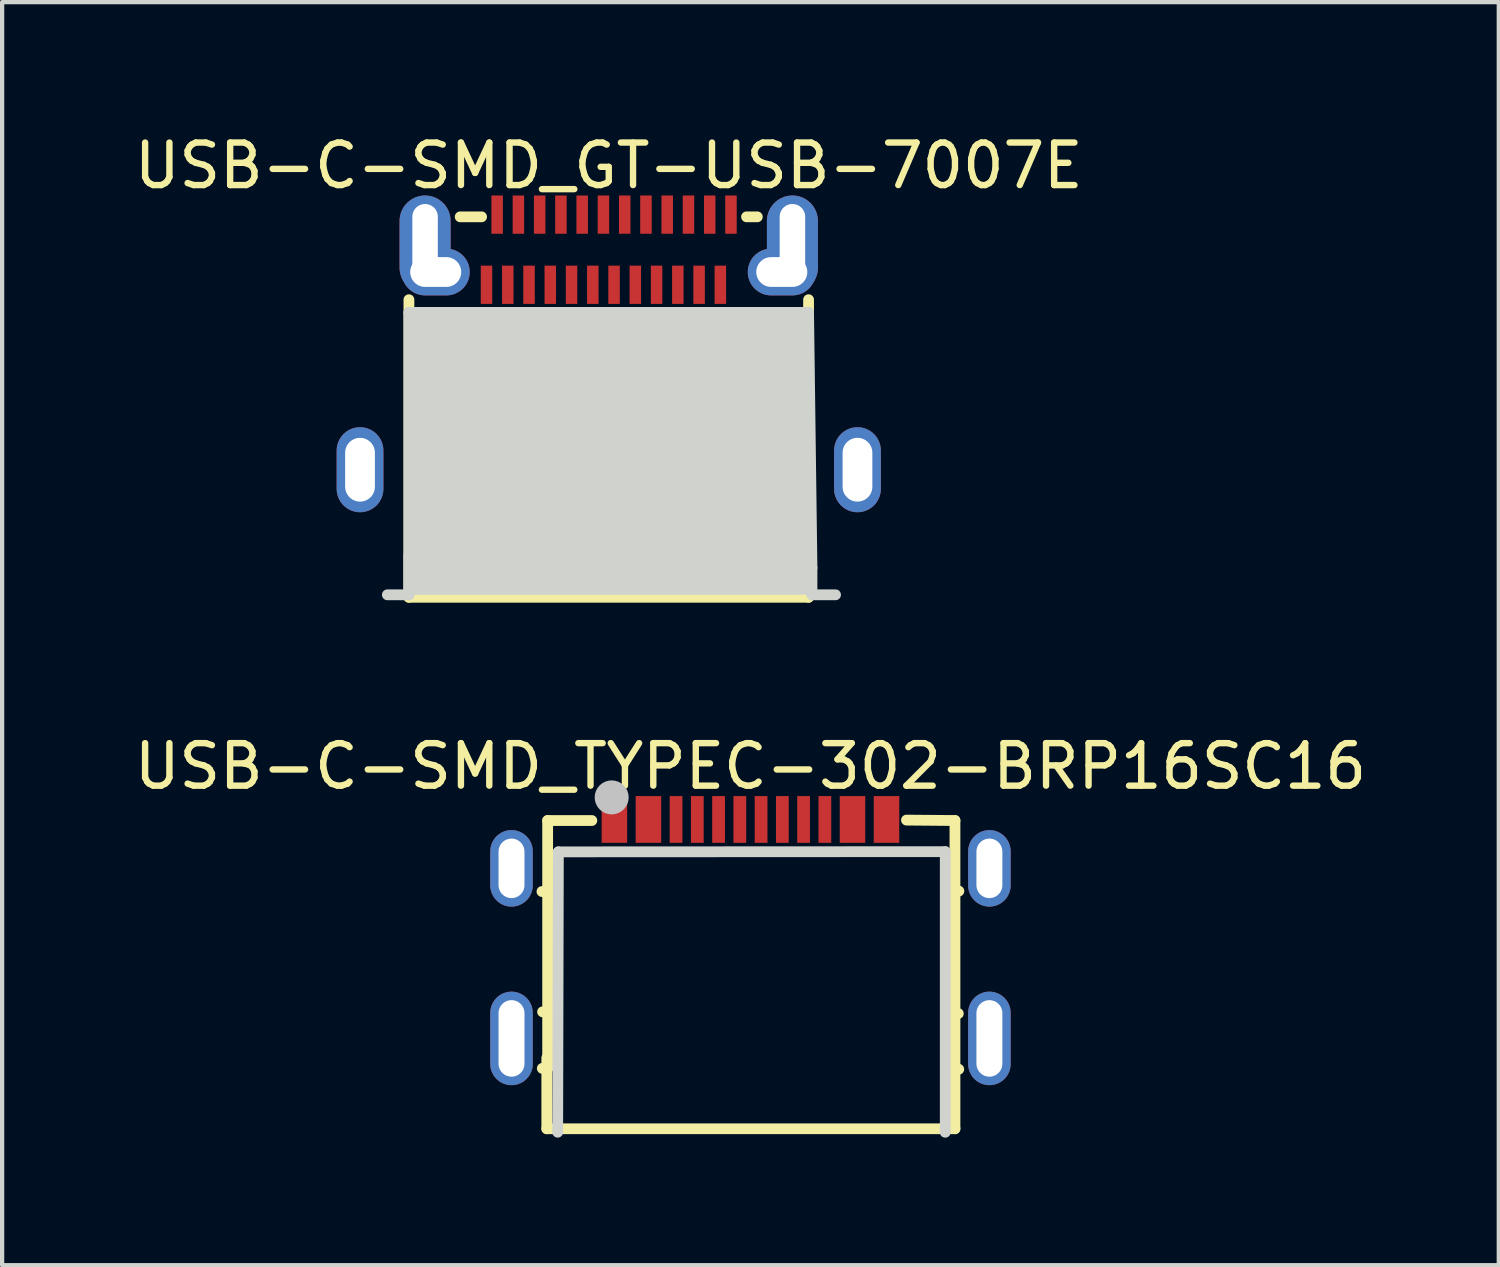
<source format=kicad_pcb>
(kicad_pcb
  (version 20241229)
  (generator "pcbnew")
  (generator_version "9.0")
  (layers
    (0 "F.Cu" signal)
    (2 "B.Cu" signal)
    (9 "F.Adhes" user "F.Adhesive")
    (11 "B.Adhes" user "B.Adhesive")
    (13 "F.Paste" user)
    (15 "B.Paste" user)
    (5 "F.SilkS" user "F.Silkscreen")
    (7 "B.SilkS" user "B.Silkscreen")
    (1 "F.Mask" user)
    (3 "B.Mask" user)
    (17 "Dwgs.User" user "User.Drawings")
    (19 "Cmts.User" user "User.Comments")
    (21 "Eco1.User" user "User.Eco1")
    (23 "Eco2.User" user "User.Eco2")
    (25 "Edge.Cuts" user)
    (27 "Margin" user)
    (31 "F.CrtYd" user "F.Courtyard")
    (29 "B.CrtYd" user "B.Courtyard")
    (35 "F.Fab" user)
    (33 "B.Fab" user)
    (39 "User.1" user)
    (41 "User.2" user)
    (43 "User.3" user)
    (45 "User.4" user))
  (footprint "USB-C-SMD_TYPEC-302-BRP16SC16"
    (layer "F.Cu")
    (at 14.601 18.799)
    (property "Reference" "USB-C-SMD_TYPEC-302-BRP16SC16" (at 0 -3.825 0) (layer "F.SilkS") (effects (font (size 1 1) (thickness 0.15))))
    (fp_line (start -4.904 -0.88) (end -4.77 -0.88) (stroke (width 0.254) (type default)) (layer "F.SilkS"))
    (fp_line (start -4.79 4.7) (end -4.79 3.034) (stroke (width 0.254) (type default)) (layer "F.SilkS"))
    (fp_line (start -4.77 -2.55) (end -3.731 -2.55) (stroke (width 0.254) (type default)) (layer "F.SilkS"))
    (fp_line (start -4.77 -0.88) (end -4.77 -2.55) (stroke (width 0.254) (type default)) (layer "F.SilkS"))
    (fp_line (start -4.77 -0.88) (end -4.77 1.95) (stroke (width 0.254) (type default)) (layer "F.SilkS"))
    (fp_line (start -4.77 1.95) (end -4.889 1.95) (stroke (width 0.254) (type default)) (layer "F.SilkS"))
    (fp_line (start -4.77 1.95) (end -4.77 3.28) (stroke (width 0.254) (type default)) (layer "F.SilkS"))
    (fp_line (start -4.77 3.28) (end -4.896 3.28) (stroke (width 0.254) (type default)) (layer "F.SilkS"))
    (fp_line (start 3.67 -2.56) (end 4.81 -2.55) (stroke (width 0.254) (type default)) (layer "F.SilkS"))
    (fp_line (start 4.556 4.7) (end -4.79 4.7) (stroke (width 0.254) (type default)) (layer "F.SilkS"))
    (fp_line (start 4.81 -2.55) (end 4.81 -0.89) (stroke (width 0.254) (type default)) (layer "F.SilkS"))
    (fp_line (start 4.81 -0.89) (end 4.81 1.99) (stroke (width 0.254) (type default)) (layer "F.SilkS"))
    (fp_line (start 4.81 -0.89) (end 4.902 -0.89) (stroke (width 0.254) (type default)) (layer "F.SilkS"))
    (fp_line (start 4.81 1.99) (end 4.81 3.3) (stroke (width 0.254) (type default)) (layer "F.SilkS"))
    (fp_line (start 4.81 1.99) (end 4.889 1.99) (stroke (width 0.254) (type default)) (layer "F.SilkS"))
    (fp_line (start 4.81 3.3) (end 4.81 4.7) (stroke (width 0.254) (type default)) (layer "F.SilkS"))
    (fp_line (start 4.81 3.3) (end 4.899 3.3) (stroke (width 0.254) (type default)) (layer "F.SilkS"))
    (fp_line (start 4.81 4.7) (end 4.5 4.7) (stroke (width 0.254) (type default)) (layer "F.SilkS"))
    (fp_poly (pts (xy -3.5 -3.126) (xy -2.9 -3.126) (xy -2.9 -2.026) (xy -3.5 -2.026)) (stroke (width 0) (type default)) (fill yes) (layer "F.Paste"))
    (fp_poly (pts (xy -2.7 -3.126) (xy -2.1 -3.126) (xy -2.1 -2.026) (xy -2.7 -2.026)) (stroke (width 0) (type default)) (fill yes) (layer "F.Paste"))
    (fp_poly (pts (xy -1.9 -3.126) (xy -1.6 -3.126) (xy -1.6 -2.026) (xy -1.9 -2.026)) (stroke (width 0) (type default)) (fill yes) (layer "F.Paste"))
    (fp_poly (pts (xy -1.4 -3.126) (xy -1.1 -3.126) (xy -1.1 -2.026) (xy -1.4 -2.026)) (stroke (width 0) (type default)) (fill yes) (layer "F.Paste"))
    (fp_poly (pts (xy -0.9 -3.126) (xy -0.6 -3.126) (xy -0.6 -2.026) (xy -0.9 -2.026)) (stroke (width 0) (type default)) (fill yes) (layer "F.Paste"))
    (fp_poly (pts (xy -0.4 -3.126) (xy -0.1 -3.126) (xy -0.1 -2.026) (xy -0.4 -2.026)) (stroke (width 0) (type default)) (fill yes) (layer "F.Paste"))
    (fp_poly (pts (xy 0.1 -3.126) (xy 0.4 -3.126) (xy 0.4 -2.026) (xy 0.1 -2.026)) (stroke (width 0) (type default)) (fill yes) (layer "F.Paste"))
    (fp_poly (pts (xy 0.6 -3.126) (xy 0.9 -3.126) (xy 0.9 -2.026) (xy 0.6 -2.026)) (stroke (width 0) (type default)) (fill yes) (layer "F.Paste"))
    (fp_poly (pts (xy 1.1 -3.126) (xy 1.4 -3.126) (xy 1.4 -2.026) (xy 1.1 -2.026)) (stroke (width 0) (type default)) (fill yes) (layer "F.Paste"))
    (fp_poly (pts (xy 1.6 -3.126) (xy 1.9 -3.126) (xy 1.9 -2.026) (xy 1.6 -2.026)) (stroke (width 0) (type default)) (fill yes) (layer "F.Paste"))
    (fp_poly (pts (xy 2.1 -3.126) (xy 2.7 -3.126) (xy 2.7 -2.026) (xy 2.1 -2.026)) (stroke (width 0) (type default)) (fill yes) (layer "F.Paste"))
    (fp_poly (pts (xy 2.9 -3.125) (xy 3.5 -3.125) (xy 3.5 -2.025) (xy 2.9 -2.025)) (stroke (width 0) (type default)) (fill yes) (layer "F.Paste"))
    (fp_poly (pts (arc (start -6.12 -1.825) (mid -5.62 -2.325) (end -5.12 -1.825)) (arc (start -5.12 -1.025) (mid -5.62 -0.525) (end -6.12 -1.025))) (stroke (width 0) (type default)) (fill yes) (layer "F.Paste"))
    (fp_poly (pts (arc (start -6.12 1.975) (mid -5.62 1.475) (end -5.12 1.975)) (arc (start -5.12 3.175) (mid -5.62 3.675) (end -6.12 3.175))) (stroke (width 0) (type default)) (fill yes) (layer "F.Paste"))
    (fp_poly (pts (arc (start 5.12 -1.825) (mid 5.62 -2.325) (end 6.12 -1.825)) (arc (start 6.12 -1.025) (mid 5.62 -0.525) (end 5.12 -1.025))) (stroke (width 0) (type default)) (fill yes) (layer "F.Paste"))
    (fp_poly (pts (arc (start 5.12 1.975) (mid 5.62 1.475) (end 6.12 1.975)) (arc (start 6.12 3.175) (mid 5.62 3.675) (end 5.12 3.175))) (stroke (width 0) (type default)) (fill yes) (layer "F.Paste"))
    (fp_circle (center -3.264 -3.094) (end -3.064 -3.094) (stroke (width 0.4) (type default)) (fill no) (layer "Dwgs.User"))
    (fp_line (start -4.534 4.781) (end -4.518 -1.813) (stroke (width 0.254) (type default)) (layer "Edge.Cuts"))
    (fp_line (start -4.518 -1.813) (end 4.582 -1.818) (stroke (width 0.254) (type default)) (layer "Edge.Cuts"))
    (fp_line (start 4.582 -1.818) (end 4.582 4.782) (stroke (width 0.254) (type default)) (layer "Edge.Cuts"))
    (fp_poly (pts (xy -5.77 -1.825) (xy -5.47 -1.825) (xy -5.47 -1.025) (xy -5.77 -1.025)) (stroke (width 0.1) (type default)) (fill no) (layer "User.1"))
    (fp_poly (pts (xy -5.77 1.975) (xy -5.47 1.975) (xy -5.47 3.175) (xy -5.77 3.175)) (stroke (width 0.1) (type default)) (fill no) (layer "User.1"))
    (fp_poly (pts (xy -4.37 -1.02) (xy -5.77 -1.02) (xy -5.77 -1.82) (xy -4.37 -1.82)) (stroke (width 0.1) (type default)) (fill no) (layer "User.1"))
    (fp_poly (pts (xy -4.35 3.18) (xy -5.75 3.18) (xy -5.75 1.98) (xy -4.35 1.98)) (stroke (width 0.1) (type default)) (fill no) (layer "User.1"))
    (fp_poly (pts (xy -3.4 -2.55) (xy -3 -2.55) (xy -3 -1.8) (xy -3.4 -1.8)) (stroke (width 0.1) (type default)) (fill no) (layer "User.1"))
    (fp_poly (pts (xy -2.6 -2.55) (xy -2.2 -2.55) (xy -2.2 -1.8) (xy -2.6 -1.8)) (stroke (width 0.1) (type default)) (fill no) (layer "User.1"))
    (fp_poly (pts (xy -1.85 -2.55) (xy -1.65 -2.55) (xy -1.65 -1.8) (xy -1.85 -1.8)) (stroke (width 0.1) (type default)) (fill no) (layer "User.1"))
    (fp_poly (pts (xy -1.35 -2.55) (xy -1.15 -2.55) (xy -1.15 -1.8) (xy -1.35 -1.8)) (stroke (width 0.1) (type default)) (fill no) (layer "User.1"))
    (fp_poly (pts (xy -0.85 -2.55) (xy -0.65 -2.55) (xy -0.65 -1.8) (xy -0.85 -1.8)) (stroke (width 0.1) (type default)) (fill no) (layer "User.1"))
    (fp_poly (pts (xy -0.35 -2.55) (xy -0.15 -2.55) (xy -0.15 -1.8) (xy -0.35 -1.8)) (stroke (width 0.1) (type default)) (fill no) (layer "User.1"))
    (fp_poly (pts (xy 0.15 -2.55) (xy 0.35 -2.55) (xy 0.35 -1.8) (xy 0.15 -1.8)) (stroke (width 0.1) (type default)) (fill no) (layer "User.1"))
    (fp_poly (pts (xy 0.65 -2.55) (xy 0.85 -2.55) (xy 0.85 -1.8) (xy 0.65 -1.8)) (stroke (width 0.1) (type default)) (fill no) (layer "User.1"))
    (fp_poly (pts (xy 1.15 -2.55) (xy 1.35 -2.55) (xy 1.35 -1.8) (xy 1.15 -1.8)) (stroke (width 0.1) (type default)) (fill no) (layer "User.1"))
    (fp_poly (pts (xy 1.65 -2.55) (xy 1.85 -2.55) (xy 1.85 -1.8) (xy 1.65 -1.8)) (stroke (width 0.1) (type default)) (fill no) (layer "User.1"))
    (fp_poly (pts (xy 2.2 -2.55) (xy 2.6 -2.55) (xy 2.6 -1.8) (xy 2.2 -1.8)) (stroke (width 0.1) (type default)) (fill no) (layer "User.1"))
    (fp_poly (pts (xy 3 -2.55) (xy 3.4 -2.55) (xy 3.4 -1.8) (xy 3 -1.8)) (stroke (width 0.1) (type default)) (fill no) (layer "User.1"))
    (fp_poly (pts (xy 5.47 -1.825) (xy 5.77 -1.825) (xy 5.77 -1.025) (xy 5.47 -1.025)) (stroke (width 0.1) (type default)) (fill no) (layer "User.1"))
    (fp_poly (pts (xy 5.47 1.975) (xy 5.77 1.975) (xy 5.77 3.175) (xy 5.47 3.175)) (stroke (width 0.1) (type default)) (fill no) (layer "User.1"))
    (fp_poly (pts (xy 5.76 -1.02) (xy 4.36 -1.02) (xy 4.36 -1.82) (xy 5.76 -1.82)) (stroke (width 0.1) (type default)) (fill no) (layer "User.1"))
    (fp_poly (pts (xy 5.77 3.18) (xy 4.37 3.18) (xy 4.37 1.98) (xy 5.77 1.98)) (stroke (width 0.1) (type default)) (fill no) (layer "User.1"))
    (fp_line (start -4.47 -1.85) (end 4.47 -1.85) (stroke (width 0.051) (type default)) (layer "User.2"))
    (fp_line (start -4.47 0.16) (end -4.47 -1.85) (stroke (width 0.051) (type default)) (layer "User.2"))
    (fp_line (start -4.47 4.65) (end -4.47 0.16) (stroke (width 0.051) (type default)) (layer "User.2"))
    (fp_line (start 4.47 -1.85) (end 4.47 4.65) (stroke (width 0.051) (type default)) (layer "User.2"))
    (fp_line (start 4.47 4.65) (end -4.47 4.65) (stroke (width 0.051) (type default)) (layer "User.2"))
    (fp_poly (pts (xy -5.715 -2.573) (xy -5.747 -2.605) (xy -5.793 -2.605) (xy -5.825 -2.573) (xy -5.825 -2.527) (xy -5.793 -2.495) (xy -5.747 -2.495) (xy -5.715 -2.527)) (stroke (width 0.1) (type default)) (fill no) (layer "User.3"))
    (pad "1" smd rect (at -3.2 -2.575) (size 0.6 1.1) (layers "F.Cu" "F.Mask" "F.Paste"))
    (pad "2" smd rect (at -2.4 -2.575) (size 0.6 1.1) (layers "F.Cu" "F.Mask" "F.Paste"))
    (pad "3" smd rect (at -1.75 -2.575) (size 0.3 1.1) (layers "F.Cu" "F.Mask" "F.Paste"))
    (pad "4" smd rect (at -1.25 -2.575) (size 0.3 1.1) (layers "F.Cu" "F.Mask" "F.Paste"))
    (pad "5" smd rect (at -0.75 -2.575) (size 0.3 1.1) (layers "F.Cu" "F.Mask" "F.Paste"))
    (pad "6" smd rect (at -0.25 -2.575) (size 0.3 1.1) (layers "F.Cu" "F.Mask" "F.Paste"))
    (pad "7" smd rect (at 0.25 -2.575) (size 0.3 1.1) (layers "F.Cu" "F.Mask" "F.Paste"))
    (pad "8" smd rect (at 0.75 -2.575) (size 0.3 1.1) (layers "F.Cu" "F.Mask" "F.Paste"))
    (pad "9" smd rect (at 1.25 -2.575) (size 0.3 1.1) (layers "F.Cu" "F.Mask" "F.Paste"))
    (pad "10" smd rect (at 1.75 -2.575) (size 0.3 1.1) (layers "F.Cu" "F.Mask" "F.Paste"))
    (pad "11" smd rect (at 2.4 -2.575) (size 0.6 1.1) (layers "F.Cu" "F.Mask" "F.Paste"))
    (pad "12" smd rect (at 3.2 -2.575) (size 0.6 1.1) (layers "F.Cu" "F.Mask" "F.Paste"))
    (pad "13" thru_hole oval (at -5.62 -1.425) (size 1 1.8) (drill oval 0.61 1.4) (layers "*.Cu" "*.Mask"))
    (pad "14" thru_hole oval (at 5.62 -1.425) (size 1 1.8) (drill oval 0.61 1.4) (layers "*.Cu" "*.Mask"))
    (pad "15" thru_hole oval (at -5.62 2.575) (size 1 2.2) (drill oval 0.61 1.8) (layers "*.Cu" "*.Mask"))
    (pad "16" thru_hole oval (at 5.62 2.575) (size 1 2.2) (drill oval 0.61 1.8) (layers "*.Cu" "*.Mask")))
  (footprint "USB-C-SMD_GT-USB-7007E"
    (layer "F.Cu")
    (at 11.268 4.998)
    (property "Reference" "USB-C-SMD_GT-USB-7007E" (at 0 -4.15 0) (layer "F.SilkS") (effects (font (size 1 1) (thickness 0.15))))
    (fp_line (start -4.7 6) (end -4.7 -0.999) (stroke (width 0.254) (type default)) (layer "F.SilkS"))
    (fp_line (start -4.7 6) (end 4.7 6) (stroke (width 0.254) (type default)) (layer "F.SilkS"))
    (fp_line (start -3.494 -2.948) (end -2.991 -2.948) (stroke (width 0.254) (type default)) (layer "F.SilkS"))
    (fp_line (start 3.241 -2.948) (end 3.494 -2.948) (stroke (width 0.254) (type default)) (layer "F.SilkS"))
    (fp_line (start 4.7 6) (end 4.7 -0.999) (stroke (width 0.254) (type default)) (layer "F.SilkS"))
    (fp_line (start -4.7 -0.7) (end -4.7 5.942) (stroke (width 0.254) (type default)) (layer "Edge.Cuts"))
    (fp_line (start -4.7 5.015) (end -4.7 5.942) (stroke (width 0.254) (type default)) (layer "Edge.Cuts"))
    (fp_line (start -4.7 5.942) (end -5.207 5.942) (stroke (width 0.254) (type default)) (layer "Edge.Cuts"))
    (fp_line (start 4.7 -0.7) (end -4.7 -0.7) (stroke (width 0.254) (type default)) (layer "Edge.Cuts"))
    (fp_line (start 4.78 5.307) (end 4.7 -0.7) (stroke (width 0.254) (type default)) (layer "Edge.Cuts"))
    (fp_line (start 4.78 5.942) (end 4.78 5.307) (stroke (width 0.254) (type default)) (layer "Edge.Cuts"))
    (fp_line (start 5.334 5.942) (end 4.78 5.942) (stroke (width 0.254) (type default)) (layer "Edge.Cuts"))
    (fp_poly (pts (xy -4.7 -0.662) (xy 4.7 -0.662) (xy 4.7 5.942) (xy -4.642 5.942) (xy -4.7 6)) (stroke (width 0) (type default)) (fill yes) (layer "Edge.Cuts"))
    (pad "1" thru_hole oval (at -4.32 -2.3) (size 1.2 2.3) (drill oval 0.6 1.9) (layers "*.Cu" "*.Mask"))
    (pad "1" thru_hole oval (at -4.07 -1.65 90) (size 1.1 1.6) (drill oval 0.7 1.2) (layers "*.Cu" "*.Mask"))
    (pad "2" thru_hole oval (at 4.07 -1.65 90) (size 1.1 1.6) (drill oval 0.7 1.2) (layers "*.Cu" "*.Mask"))
    (pad "2" thru_hole oval (at 4.32 -2.3) (size 1.2 2.3) (drill oval 0.6 1.9) (layers "*.Cu" "*.Mask"))
    (pad "3" thru_hole oval (at 5.85 3) (size 1.1 2) (drill oval 0.7 1.5) (layers "*.Cu" "*.Mask"))
    (pad "4" thru_hole oval (at -5.85 3) (size 1.1 2) (drill oval 0.7 1.5) (layers "*.Cu" "*.Mask"))
    (pad "A1" smd rect (at -2.625 -3) (size 0.27 0.9) (layers "F.Cu" "F.Mask" "F.Paste"))
    (pad "A2" smd rect (at -2.125 -3) (size 0.27 0.9) (layers "F.Cu" "F.Mask" "F.Paste"))
    (pad "A3" smd rect (at -1.625 -3) (size 0.27 0.9) (layers "F.Cu" "F.Mask" "F.Paste"))
    (pad "A4" smd rect (at -1.125 -3) (size 0.27 0.9) (layers "F.Cu" "F.Mask" "F.Paste"))
    (pad "A5" smd rect (at -0.625 -3) (size 0.27 0.9) (layers "F.Cu" "F.Mask" "F.Paste"))
    (pad "A6" smd rect (at -0.125 -3) (size 0.27 0.9) (layers "F.Cu" "F.Mask" "F.Paste"))
    (pad "A7" smd rect (at 0.375 -3) (size 0.27 0.9) (layers "F.Cu" "F.Mask" "F.Paste"))
    (pad "A8" smd rect (at 0.875 -3) (size 0.27 0.9) (layers "F.Cu" "F.Mask" "F.Paste"))
    (pad "A9" smd rect (at 1.375 -3) (size 0.27 0.9) (layers "F.Cu" "F.Mask" "F.Paste"))
    (pad "A10" smd rect (at 1.875 -3) (size 0.27 0.9) (layers "F.Cu" "F.Mask" "F.Paste"))
    (pad "A11" smd rect (at 2.375 -3) (size 0.27 0.9) (layers "F.Cu" "F.Mask" "F.Paste"))
    (pad "A12" smd rect (at 2.875 -3) (size 0.27 0.9) (layers "F.Cu" "F.Mask" "F.Paste"))
    (pad "B1" smd rect (at 2.625 -1.35) (size 0.27 0.9) (layers "F.Cu" "F.Mask" "F.Paste"))
    (pad "B2" smd rect (at 2.125 -1.35) (size 0.27 0.9) (layers "F.Cu" "F.Mask" "F.Paste"))
    (pad "B3" smd rect (at 1.625 -1.35) (size 0.27 0.9) (layers "F.Cu" "F.Mask" "F.Paste"))
    (pad "B4" smd rect (at 1.125 -1.35) (size 0.27 0.9) (layers "F.Cu" "F.Mask" "F.Paste"))
    (pad "B5" smd rect (at 0.625 -1.35) (size 0.27 0.9) (layers "F.Cu" "F.Mask" "F.Paste"))
    (pad "B6" smd rect (at 0.125 -1.35) (size 0.27 0.9) (layers "F.Cu" "F.Mask" "F.Paste"))
    (pad "B7" smd rect (at -0.375 -1.35) (size 0.27 0.9) (layers "F.Cu" "F.Mask" "F.Paste"))
    (pad "B8" smd rect (at -0.875 -1.35) (size 0.27 0.9) (layers "F.Cu" "F.Mask" "F.Paste"))
    (pad "B9" smd rect (at -1.375 -1.35) (size 0.27 0.9) (layers "F.Cu" "F.Mask" "F.Paste"))
    (pad "B10" smd rect (at -1.875 -1.35) (size 0.27 0.9) (layers "F.Cu" "F.Mask" "F.Paste"))
    (pad "B11" smd rect (at -2.375 -1.35) (size 0.27 0.9) (layers "F.Cu" "F.Mask" "F.Paste"))
    (pad "B12" smd rect (at -2.875 -1.35) (size 0.27 0.9) (layers "F.Cu" "F.Mask" "F.Paste")))
  (gr_rect
    (start -3 -3)
    (end 32.202 26.708)
    (stroke (width 0.1) (type default))
    (fill no)
    (layer "Edge.Cuts")))
</source>
